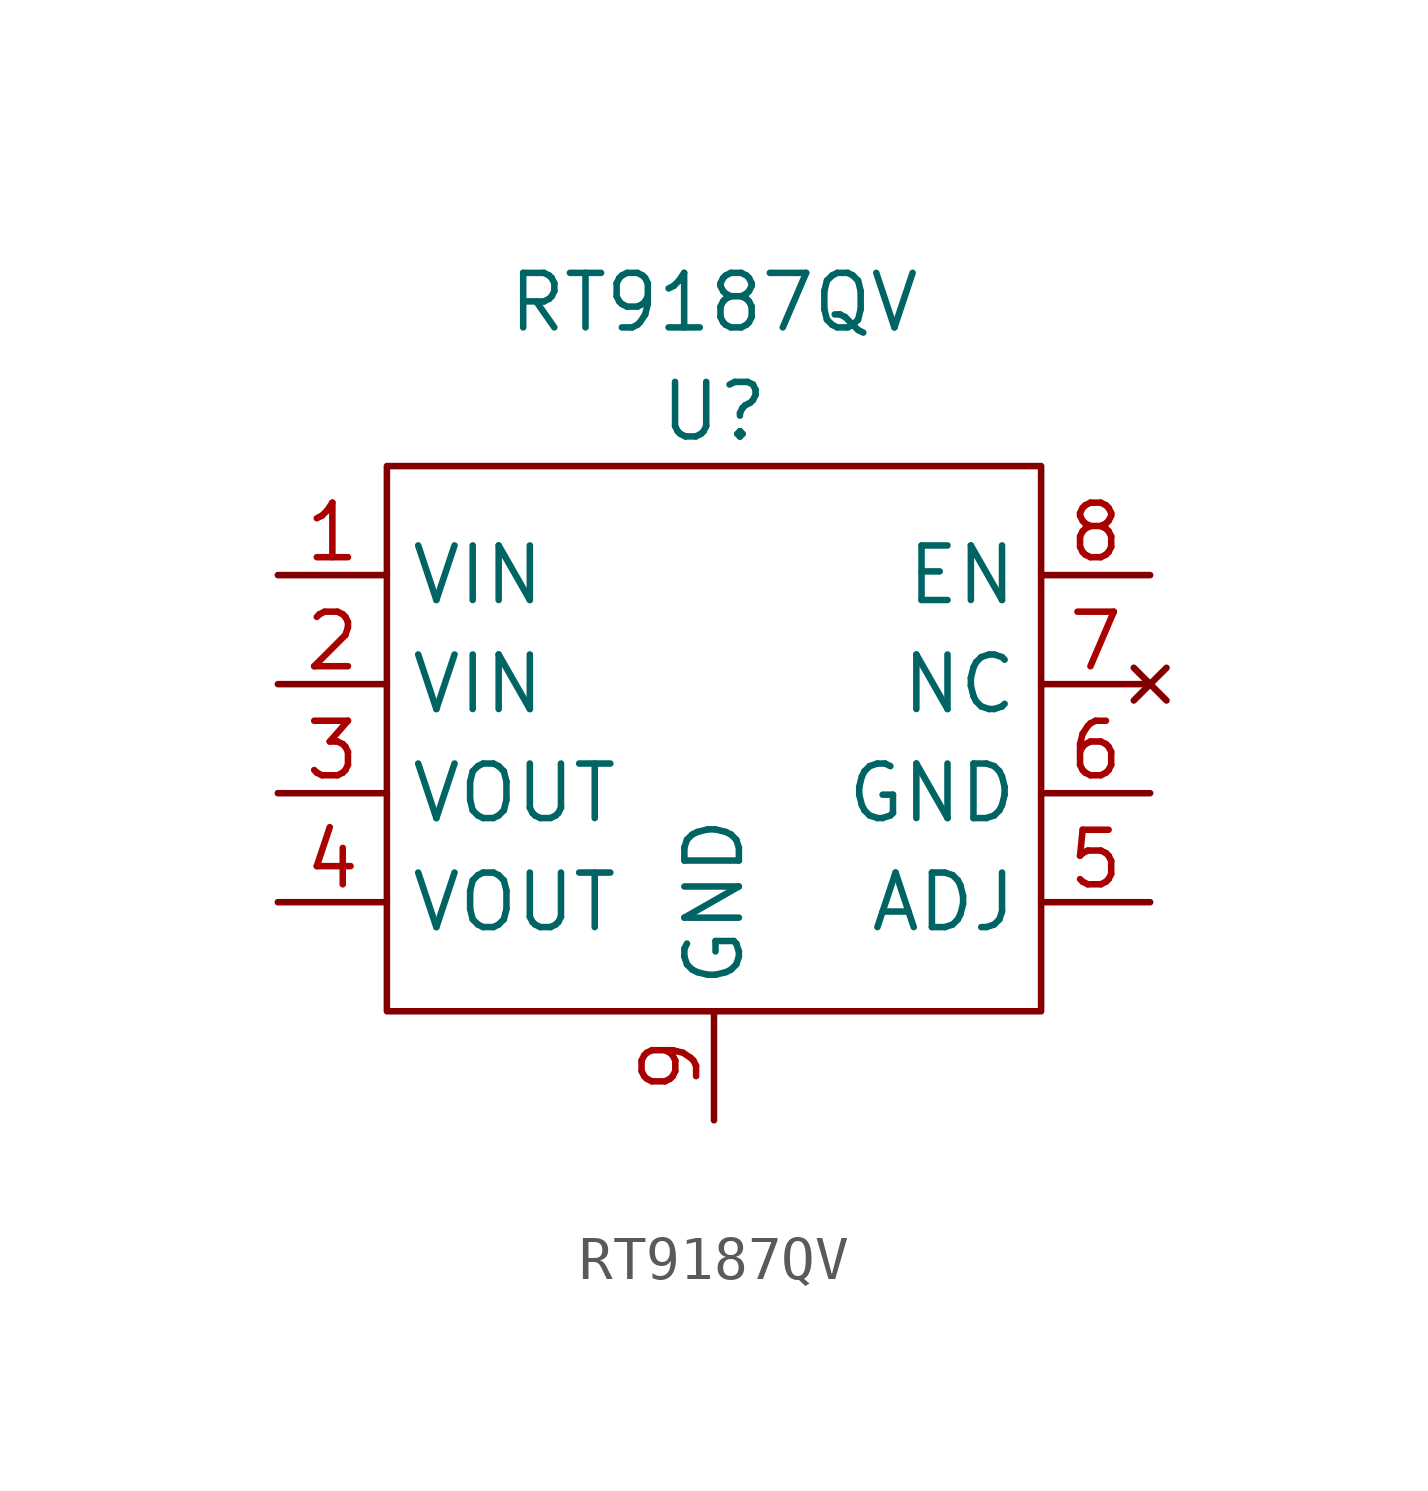
<source format=kicad_sym>
(kicad_symbol_lib
  (version 20220914)
  (generator kicad_symbol_editor)
  (symbol "RT9187QV"
    (property "Reference" "U"
      (at 0 1.27 0)
      (effects (font (size 1.27 1.27))))
    (property "Value" "RT9187QV"
      (at 0 3.81 0)
      (effects (font (size 1.27 1.27))))
    (symbol "RT9187QV_0_1"
      (rectangle (start -7.62 0) (end 7.62 -12.7) (stroke (width 0) (type default)) (fill (type none))))
    (symbol "RT9187QV_1_1"
      (pin power_in line (at -10.16 -2.54 0) (length 2.54) (name "VIN" (effects (font (size 1.27 1.27)))) (number "1" (effects (font (size 1.27 1.27)))))
      (pin power_in line (at -10.16 -5.08 0) (length 2.54) (name "VIN" (effects (font (size 1.27 1.27)))) (number "2" (effects (font (size 1.27 1.27)))))
      (pin power_out line (at -10.16 -7.62 0) (length 2.54) (name "VOUT" (effects (font (size 1.27 1.27)))) (number "3" (effects (font (size 1.27 1.27)))))
      (pin power_out line (at -10.16 -10.16 0) (length 2.54) (name "VOUT" (effects (font (size 1.27 1.27)))) (number "4" (effects (font (size 1.27 1.27)))))
      (pin input line (at 10.16 -10.16 180) (length 2.54) (name "ADJ" (effects (font (size 1.27 1.27)))) (number "5" (effects (font (size 1.27 1.27)))))
      (pin power_in line (at 10.16 -7.62 180) (length 2.54) (name "GND" (effects (font (size 1.27 1.27)))) (number "6" (effects (font (size 1.27 1.27)))))
      (pin no_connect line (at 10.16 -5.08 180) (length 2.54) (name "NC" (effects (font (size 1.27 1.27)))) (number "7" (effects (font (size 1.27 1.27)))))
      (pin input line (at 10.16 -2.54 180) (length 2.54) (name "EN" (effects (font (size 1.27 1.27)))) (number "8" (effects (font (size 1.27 1.27)))))
      (pin power_in line (at 0 -15.24 90) (length 2.54) (name "GND" (effects (font (size 1.27 1.27)))) (number "9" (effects (font (size 1.27 1.27))))))))
</source>
